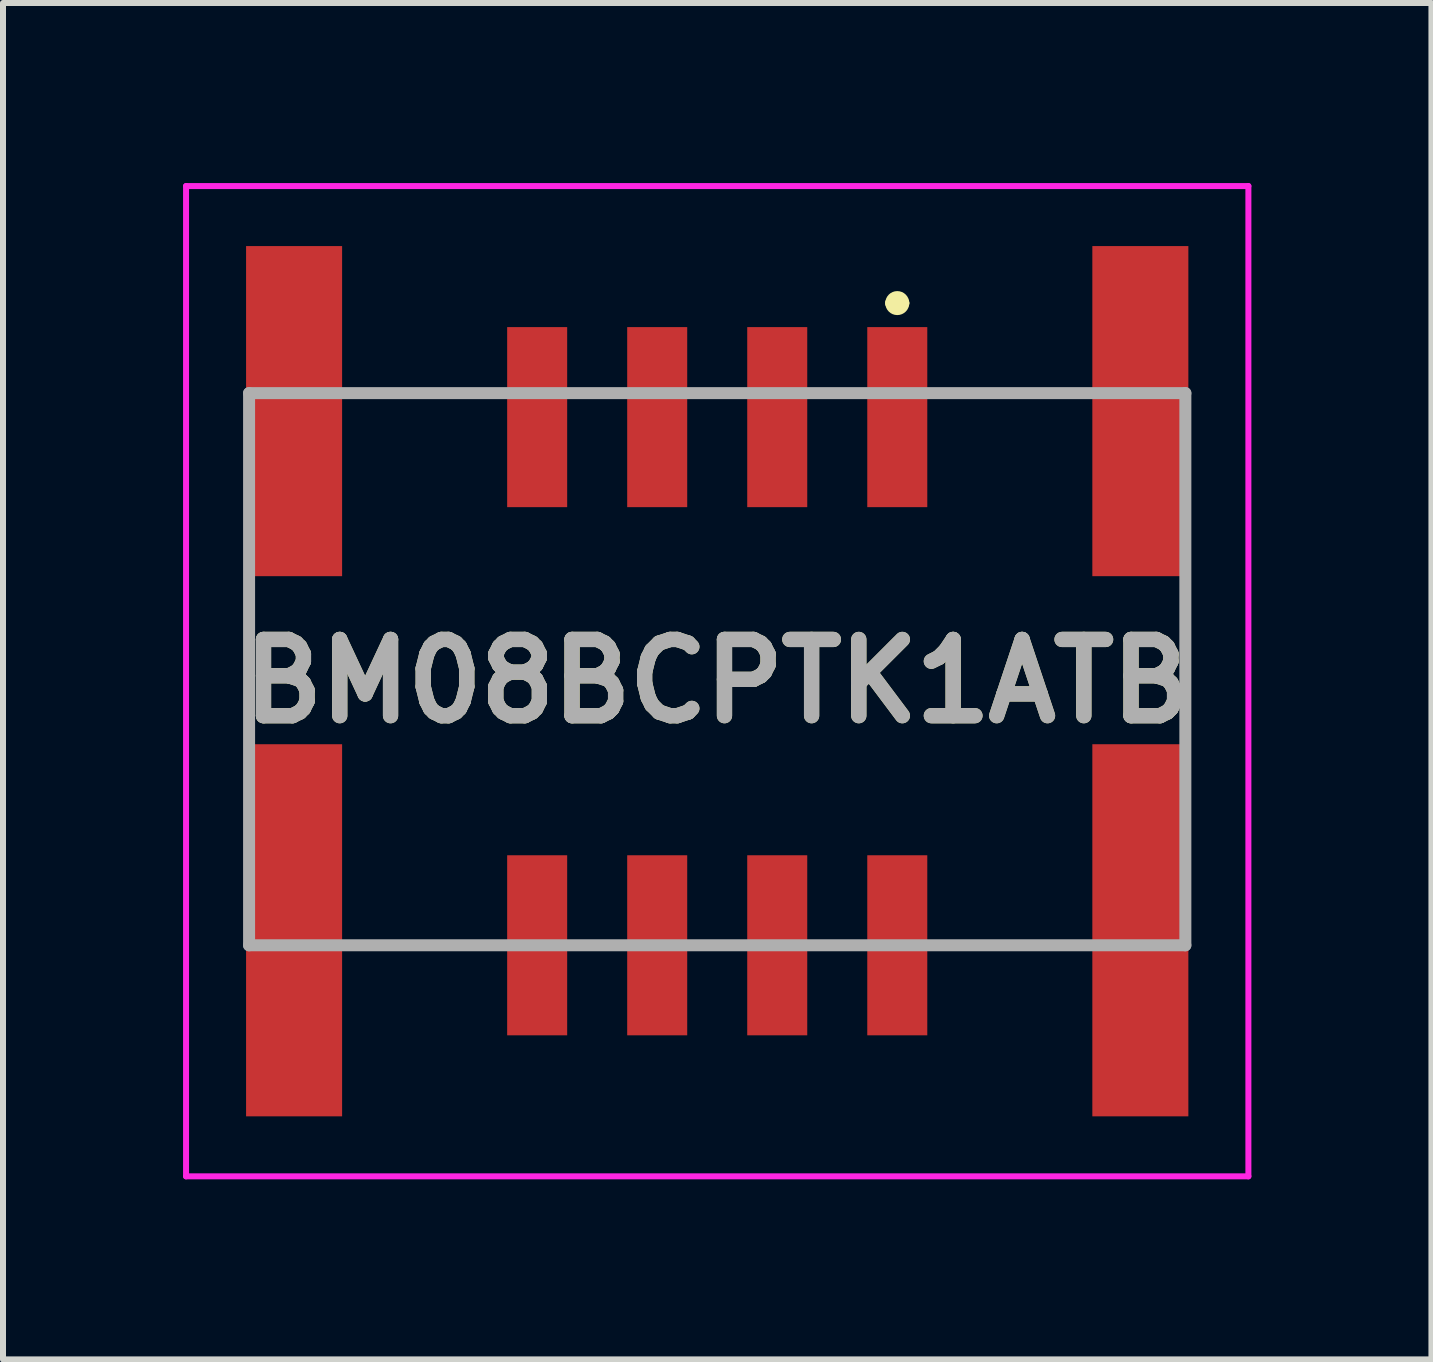
<source format=kicad_pcb>
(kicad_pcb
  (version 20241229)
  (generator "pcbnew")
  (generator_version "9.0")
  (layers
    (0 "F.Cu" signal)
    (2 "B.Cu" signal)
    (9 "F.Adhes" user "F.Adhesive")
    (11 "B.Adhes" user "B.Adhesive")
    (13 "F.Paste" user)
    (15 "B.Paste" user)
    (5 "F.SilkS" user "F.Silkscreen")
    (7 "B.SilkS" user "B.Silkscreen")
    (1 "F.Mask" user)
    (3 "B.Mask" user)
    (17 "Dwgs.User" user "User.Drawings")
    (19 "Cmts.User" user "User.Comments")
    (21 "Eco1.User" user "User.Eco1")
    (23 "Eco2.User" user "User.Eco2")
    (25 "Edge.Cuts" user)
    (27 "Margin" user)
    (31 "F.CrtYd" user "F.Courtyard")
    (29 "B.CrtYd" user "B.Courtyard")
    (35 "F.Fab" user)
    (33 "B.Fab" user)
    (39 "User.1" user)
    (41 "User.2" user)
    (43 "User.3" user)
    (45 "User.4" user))
  (footprint "BM08BCPTK1ATB"
    (layer "F.Cu")
    (at 8.9 8.3)
    (property "Reference" "BM08BCPTK1ATB" (at 0 0 0) (layer "F.SilkS") (effects (font (size 1.27 1.27) (thickness 0.254))))
    (attr smd)
    (fp_line (start -7.8 -1) (end -7.8 0.5) (stroke (width 0.1) (type solid)) (layer "F.SilkS"))
    (fp_line (start -6 -4.8) (end -4 -4.8) (stroke (width 0.1) (type solid)) (layer "F.SilkS"))
    (fp_line (start -6 4.4) (end -4 4.4) (stroke (width 0.1) (type solid)) (layer "F.SilkS"))
    (fp_line (start 2.9 -6.3) (end 2.9 -6.3) (stroke (width 0.2) (type solid)) (layer "F.SilkS"))
    (fp_line (start 3.1 -6.3) (end 3.1 -6.3) (stroke (width 0.2) (type solid)) (layer "F.SilkS"))
    (fp_line (start 4 -4.8) (end 6 -4.8) (stroke (width 0.1) (type solid)) (layer "F.SilkS"))
    (fp_line (start 4 4.4) (end 4 4.4) (stroke (width 0.1) (type solid)) (layer "F.SilkS"))
    (fp_line (start 4 4.4) (end 6 4.4) (stroke (width 0.1) (type solid)) (layer "F.SilkS"))
    (fp_line (start 7.8 -1) (end 7.8 0.5) (stroke (width 0.1) (type solid)) (layer "F.SilkS"))
    (fp_arc (start 2.9 -6.3) (mid 3 -6.4) (end 3.1 -6.3) (stroke (width 0.2) (type solid)) (layer "F.SilkS"))
    (fp_arc (start 3.1 -6.3) (mid 3 -6.2) (end 2.9 -6.3) (stroke (width 0.2) (type solid)) (layer "F.SilkS"))
    (fp_line (start -8.85 -8.25) (end 8.85 -8.25) (stroke (width 0.1) (type solid)) (layer "F.CrtYd"))
    (fp_line (start -8.85 8.25) (end -8.85 -8.25) (stroke (width 0.1) (type solid)) (layer "F.CrtYd"))
    (fp_line (start 8.85 -8.25) (end 8.85 8.25) (stroke (width 0.1) (type solid)) (layer "F.CrtYd"))
    (fp_line (start 8.85 8.25) (end -8.85 8.25) (stroke (width 0.1) (type solid)) (layer "F.CrtYd"))
    (fp_line (start -7.8 -4.8) (end 7.8 -4.8) (stroke (width 0.2) (type solid)) (layer "F.Fab"))
    (fp_line (start -7.8 4.4) (end -7.8 -4.8) (stroke (width 0.2) (type solid)) (layer "F.Fab"))
    (fp_line (start 7.8 -4.8) (end 7.8 4.4) (stroke (width 0.2) (type solid)) (layer "F.Fab"))
    (fp_line (start 7.8 4.4) (end -7.8 4.4) (stroke (width 0.2) (type solid)) (layer "F.Fab"))
    (fp_text user "${REFERENCE}" (at 0 0 0) (layer "F.Fab") (effects (font (size 1.27 1.27) (thickness 0.254))))
    (pad "1" smd rect (at 3 -4.4) (size 1 3) (layers "F.Cu" "F.Mask" "F.Paste"))
    (pad "2" smd rect (at 1 -4.4) (size 1 3) (layers "F.Cu" "F.Mask" "F.Paste"))
    (pad "3" smd rect (at -1 -4.4) (size 1 3) (layers "F.Cu" "F.Mask" "F.Paste"))
    (pad "4" smd rect (at -3 -4.4) (size 1 3) (layers "F.Cu" "F.Mask" "F.Paste"))
    (pad "5" smd rect (at 3 4.4) (size 1 3) (layers "F.Cu" "F.Mask" "F.Paste"))
    (pad "6" smd rect (at 1 4.4) (size 1 3) (layers "F.Cu" "F.Mask" "F.Paste"))
    (pad "7" smd rect (at -1 4.4) (size 1 3) (layers "F.Cu" "F.Mask" "F.Paste"))
    (pad "8" smd rect (at -3 4.4) (size 1 3) (layers "F.Cu" "F.Mask" "F.Paste"))
    (pad "9" smd rect (at -7.05 -4.5) (size 1.6 5.5) (layers "F.Cu" "F.Mask" "F.Paste"))
    (pad "10" smd rect (at -7.05 4.15) (size 1.6 6.2) (layers "F.Cu" "F.Mask" "F.Paste"))
    (pad "11" smd rect (at 7.05 -4.5) (size 1.6 5.5) (layers "F.Cu" "F.Mask" "F.Paste"))
    (pad "12" smd rect (at 7.05 4.15) (size 1.6 6.2) (layers "F.Cu" "F.Mask" "F.Paste")))
  (gr_rect
    (start -3 -3)
    (end 20.8 19.6)
    (stroke (width 0.1) (type default))
    (fill no)
    (layer "Edge.Cuts")))
</source>
